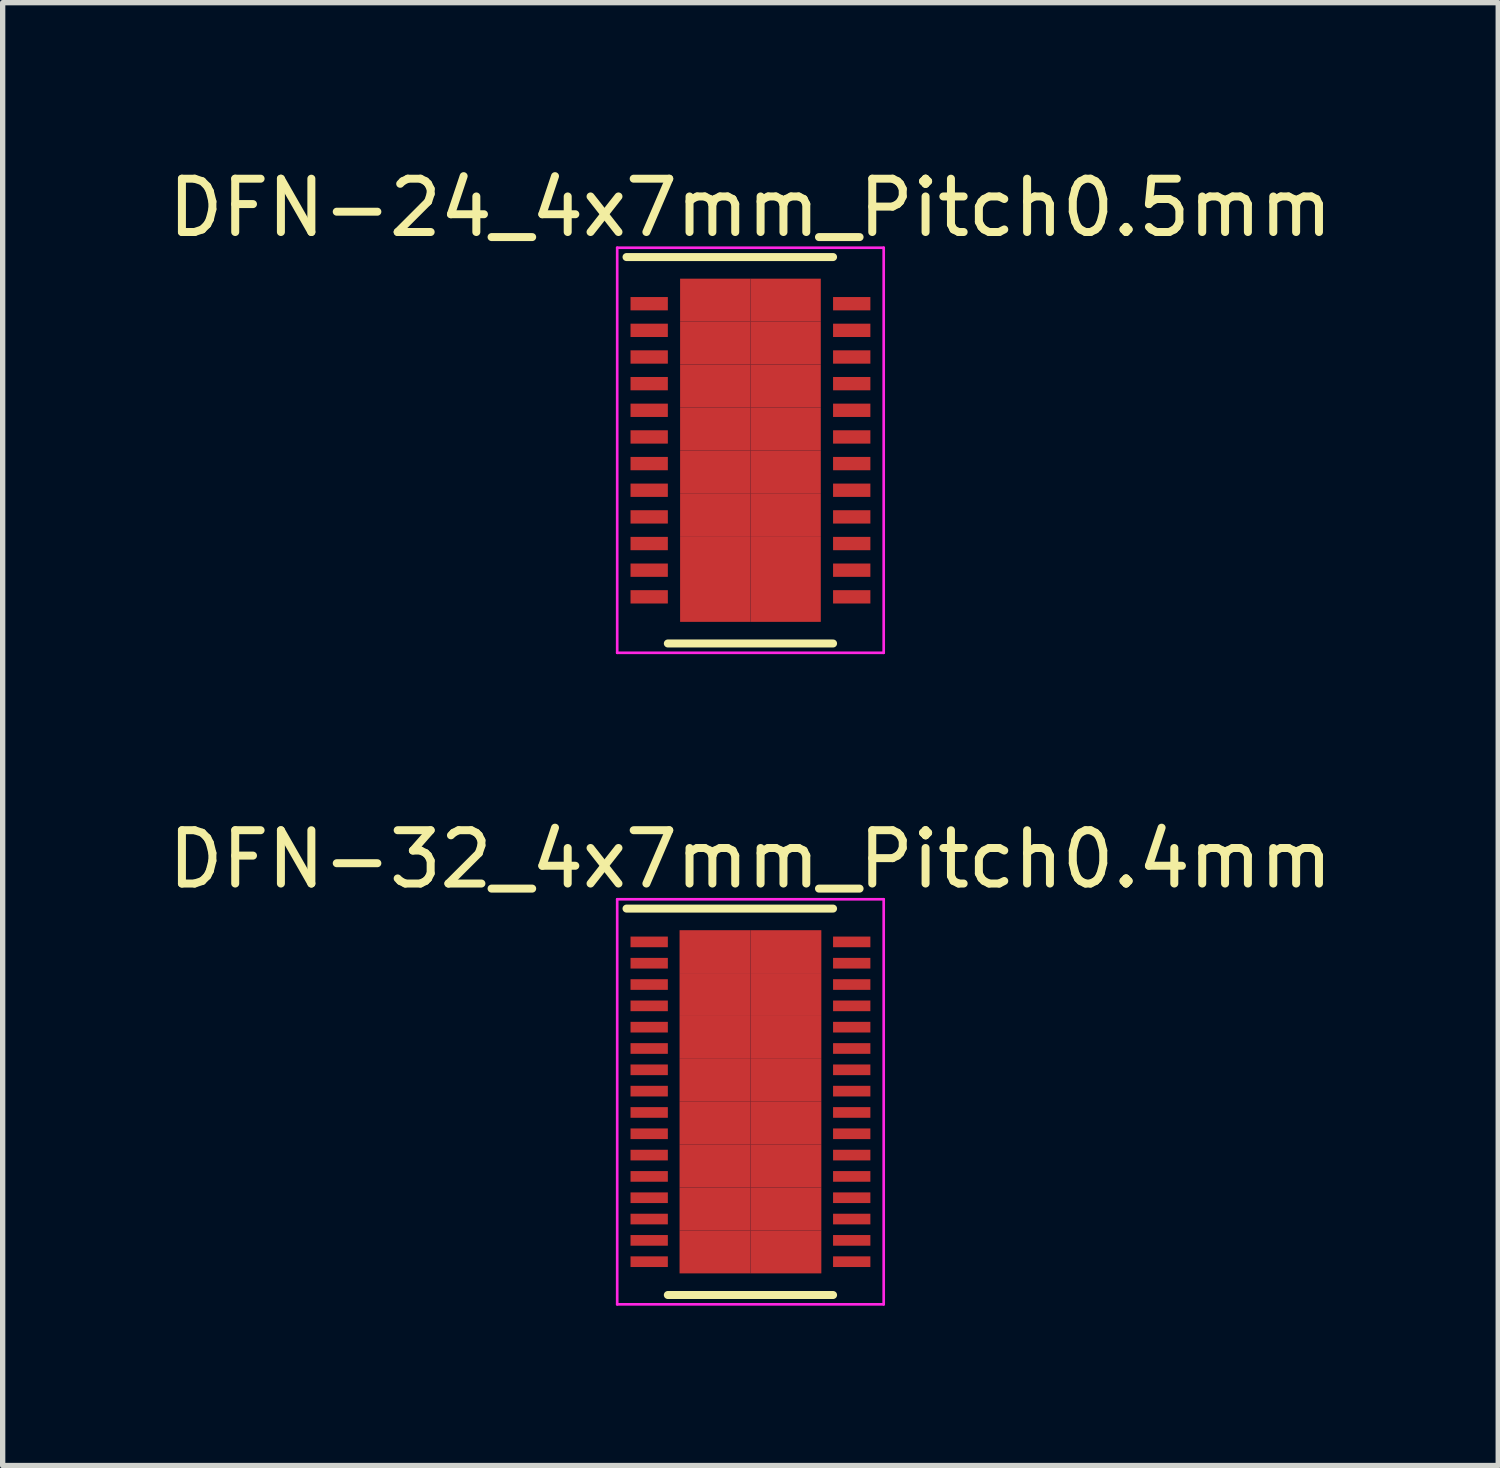
<source format=kicad_pcb>
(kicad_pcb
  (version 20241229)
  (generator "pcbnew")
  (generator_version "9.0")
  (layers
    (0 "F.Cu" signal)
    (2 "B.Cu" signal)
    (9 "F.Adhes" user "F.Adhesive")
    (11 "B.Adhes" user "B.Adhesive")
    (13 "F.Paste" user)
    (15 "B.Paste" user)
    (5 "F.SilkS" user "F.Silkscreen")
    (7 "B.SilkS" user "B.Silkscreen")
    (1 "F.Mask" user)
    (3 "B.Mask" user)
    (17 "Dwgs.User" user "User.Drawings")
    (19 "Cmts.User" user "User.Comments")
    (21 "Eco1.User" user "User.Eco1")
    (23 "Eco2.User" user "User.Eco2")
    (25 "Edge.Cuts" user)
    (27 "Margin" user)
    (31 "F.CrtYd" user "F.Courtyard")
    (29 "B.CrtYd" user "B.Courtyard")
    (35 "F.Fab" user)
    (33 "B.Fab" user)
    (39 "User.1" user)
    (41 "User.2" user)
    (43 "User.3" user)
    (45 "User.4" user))
  (footprint "DFN-24_4x7mm_Pitch0.5mm"
    (layer "F.Cu")
    (at 11.03 5.398)
    (property "Reference" "DFN-24_4x7mm_Pitch0.5mm" (at 0 -4.55 0) (layer "F.SilkS") (effects (font (size 1 1) (thickness 0.15))))
    (attr smd)
    (fp_line (start -2.325 -3.625) (end 1.55 -3.625) (stroke (width 0.15) (type solid)) (layer "F.SilkS"))
    (fp_line (start -1.55 3.625) (end 1.55 3.625) (stroke (width 0.15) (type solid)) (layer "F.SilkS"))
    (fp_line (start -2.5 -3.8) (end -2.5 3.8) (stroke (width 0.05) (type solid)) (layer "F.CrtYd"))
    (fp_line (start -2.5 -3.8) (end 2.5 -3.8) (stroke (width 0.05) (type solid)) (layer "F.CrtYd"))
    (fp_line (start -2.5 3.8) (end 2.5 3.8) (stroke (width 0.05) (type solid)) (layer "F.CrtYd"))
    (fp_line (start 2.5 -3.8) (end 2.5 3.8) (stroke (width 0.05) (type solid)) (layer "F.CrtYd"))
    (pad "1" smd rect (at -1.9 -2.75) (size 0.7 0.25) (layers "F.Cu" "F.Mask" "F.Paste"))
    (pad "2" smd rect (at -1.9 -2.25) (size 0.7 0.25) (layers "F.Cu" "F.Mask" "F.Paste"))
    (pad "3" smd rect (at -1.9 -1.75) (size 0.7 0.25) (layers "F.Cu" "F.Mask" "F.Paste"))
    (pad "4" smd rect (at -1.9 -1.25) (size 0.7 0.25) (layers "F.Cu" "F.Mask" "F.Paste"))
    (pad "5" smd rect (at -1.9 -0.75) (size 0.7 0.25) (layers "F.Cu" "F.Mask" "F.Paste"))
    (pad "6" smd rect (at -1.9 -0.25) (size 0.7 0.25) (layers "F.Cu" "F.Mask" "F.Paste"))
    (pad "7" smd rect (at -1.9 0.25) (size 0.7 0.25) (layers "F.Cu" "F.Mask" "F.Paste"))
    (pad "8" smd rect (at -1.9 0.75) (size 0.7 0.25) (layers "F.Cu" "F.Mask" "F.Paste"))
    (pad "9" smd rect (at -1.9 1.25) (size 0.7 0.25) (layers "F.Cu" "F.Mask" "F.Paste"))
    (pad "10" smd rect (at -1.9 1.75) (size 0.7 0.25) (layers "F.Cu" "F.Mask" "F.Paste"))
    (pad "11" smd rect (at -1.9 2.25) (size 0.7 0.25) (layers "F.Cu" "F.Mask" "F.Paste"))
    (pad "12" smd rect (at -1.9 2.75) (size 0.7 0.25) (layers "F.Cu" "F.Mask" "F.Paste"))
    (pad "13" smd rect (at 1.9 2.75) (size 0.7 0.25) (layers "F.Cu" "F.Mask" "F.Paste"))
    (pad "14" smd rect (at 1.9 2.25) (size 0.7 0.25) (layers "F.Cu" "F.Mask" "F.Paste"))
    (pad "15" smd rect (at 1.9 1.75) (size 0.7 0.25) (layers "F.Cu" "F.Mask" "F.Paste"))
    (pad "16" smd rect (at 1.9 1.25) (size 0.7 0.25) (layers "F.Cu" "F.Mask" "F.Paste"))
    (pad "17" smd rect (at 1.9 0.75) (size 0.7 0.25) (layers "F.Cu" "F.Mask" "F.Paste"))
    (pad "18" smd rect (at 1.9 0.25) (size 0.7 0.25) (layers "F.Cu" "F.Mask" "F.Paste"))
    (pad "19" smd rect (at 1.9 -0.25) (size 0.7 0.25) (layers "F.Cu" "F.Mask" "F.Paste"))
    (pad "20" smd rect (at 1.9 -0.75) (size 0.7 0.25) (layers "F.Cu" "F.Mask" "F.Paste"))
    (pad "21" smd rect (at 1.9 -1.25) (size 0.7 0.25) (layers "F.Cu" "F.Mask" "F.Paste"))
    (pad "22" smd rect (at 1.9 -1.75) (size 0.7 0.25) (layers "F.Cu" "F.Mask" "F.Paste"))
    (pad "23" smd rect (at 1.9 -2.25) (size 0.7 0.25) (layers "F.Cu" "F.Mask" "F.Paste"))
    (pad "24" smd rect (at 1.9 -2.75) (size 0.7 0.25) (layers "F.Cu" "F.Mask" "F.Paste"))
    (pad "25" smd rect (at -0.66 -2.817) (size 1.32 0.805) (layers "F.Cu" "F.Mask" "F.Paste"))
    (pad "25" smd rect (at -0.66 -2.013) (size 1.32 0.805) (layers "F.Cu" "F.Mask" "F.Paste"))
    (pad "25" smd rect (at -0.66 -1.208) (size 1.32 0.805) (layers "F.Cu" "F.Mask" "F.Paste"))
    (pad "25" smd rect (at -0.66 -0.403) (size 1.32 0.805) (layers "F.Cu" "F.Mask" "F.Paste"))
    (pad "25" smd rect (at -0.66 0.403) (size 1.32 0.805) (layers "F.Cu" "F.Mask" "F.Paste"))
    (pad "25" smd rect (at -0.66 1.208) (size 1.32 0.805) (layers "F.Cu" "F.Mask" "F.Paste"))
    (pad "25" smd rect (at -0.66 2.013) (size 1.32 0.805) (layers "F.Cu" "F.Mask" "F.Paste"))
    (pad "25" smd rect (at -0.66 2.817) (size 1.32 0.805) (layers "F.Cu" "F.Mask" "F.Paste"))
    (pad "25" smd rect (at 0.66 -2.817) (size 1.32 0.805) (layers "F.Cu" "F.Mask" "F.Paste"))
    (pad "25" smd rect (at 0.66 -2.013) (size 1.32 0.805) (layers "F.Cu" "F.Mask" "F.Paste"))
    (pad "25" smd rect (at 0.66 -1.208) (size 1.32 0.805) (layers "F.Cu" "F.Mask" "F.Paste"))
    (pad "25" smd rect (at 0.66 -0.403) (size 1.32 0.805) (layers "F.Cu" "F.Mask" "F.Paste"))
    (pad "25" smd rect (at 0.66 0.403) (size 1.32 0.805) (layers "F.Cu" "F.Mask" "F.Paste"))
    (pad "25" smd rect (at 0.66 1.208) (size 1.32 0.805) (layers "F.Cu" "F.Mask" "F.Paste"))
    (pad "25" smd rect (at 0.66 2.013) (size 1.32 0.805) (layers "F.Cu" "F.Mask" "F.Paste"))
    (pad "25" smd rect (at 0.66 2.817) (size 1.32 0.805) (layers "F.Cu" "F.Mask" "F.Paste")))
  (footprint "DFN-32_4x7mm_Pitch0.4mm"
    (layer "F.Cu")
    (at 11.03 17.622)
    (property "Reference" "DFN-32_4x7mm_Pitch0.4mm" (at 0 -4.55 0) (layer "F.SilkS") (effects (font (size 1 1) (thickness 0.15))))
    (attr smd)
    (fp_line (start -2.325 -3.625) (end 1.55 -3.625) (stroke (width 0.15) (type solid)) (layer "F.SilkS"))
    (fp_line (start -1.55 3.625) (end 1.55 3.625) (stroke (width 0.15) (type solid)) (layer "F.SilkS"))
    (fp_line (start -2.5 -3.8) (end -2.5 3.8) (stroke (width 0.05) (type solid)) (layer "F.CrtYd"))
    (fp_line (start -2.5 -3.8) (end 2.5 -3.8) (stroke (width 0.05) (type solid)) (layer "F.CrtYd"))
    (fp_line (start -2.5 3.8) (end 2.5 3.8) (stroke (width 0.05) (type solid)) (layer "F.CrtYd"))
    (fp_line (start 2.5 -3.8) (end 2.5 3.8) (stroke (width 0.05) (type solid)) (layer "F.CrtYd"))
    (pad "1" smd rect (at -1.9 -3) (size 0.7 0.2) (layers "F.Cu" "F.Mask" "F.Paste"))
    (pad "2" smd rect (at -1.9 -2.6) (size 0.7 0.2) (layers "F.Cu" "F.Mask" "F.Paste"))
    (pad "3" smd rect (at -1.9 -2.2) (size 0.7 0.2) (layers "F.Cu" "F.Mask" "F.Paste"))
    (pad "4" smd rect (at -1.9 -1.8) (size 0.7 0.2) (layers "F.Cu" "F.Mask" "F.Paste"))
    (pad "5" smd rect (at -1.9 -1.4) (size 0.7 0.2) (layers "F.Cu" "F.Mask" "F.Paste"))
    (pad "6" smd rect (at -1.9 -1) (size 0.7 0.2) (layers "F.Cu" "F.Mask" "F.Paste"))
    (pad "7" smd rect (at -1.9 -0.6) (size 0.7 0.2) (layers "F.Cu" "F.Mask" "F.Paste"))
    (pad "8" smd rect (at -1.9 -0.2) (size 0.7 0.2) (layers "F.Cu" "F.Mask" "F.Paste"))
    (pad "9" smd rect (at -1.9 0.2) (size 0.7 0.2) (layers "F.Cu" "F.Mask" "F.Paste"))
    (pad "10" smd rect (at -1.9 0.6) (size 0.7 0.2) (layers "F.Cu" "F.Mask" "F.Paste"))
    (pad "11" smd rect (at -1.9 1) (size 0.7 0.2) (layers "F.Cu" "F.Mask" "F.Paste"))
    (pad "12" smd rect (at -1.9 1.4) (size 0.7 0.2) (layers "F.Cu" "F.Mask" "F.Paste"))
    (pad "13" smd rect (at -1.9 1.8) (size 0.7 0.2) (layers "F.Cu" "F.Mask" "F.Paste"))
    (pad "14" smd rect (at -1.9 2.2) (size 0.7 0.2) (layers "F.Cu" "F.Mask" "F.Paste"))
    (pad "15" smd rect (at -1.9 2.6) (size 0.7 0.2) (layers "F.Cu" "F.Mask" "F.Paste"))
    (pad "16" smd rect (at -1.9 3) (size 0.7 0.2) (layers "F.Cu" "F.Mask" "F.Paste"))
    (pad "17" smd rect (at 1.9 3) (size 0.7 0.2) (layers "F.Cu" "F.Mask" "F.Paste"))
    (pad "18" smd rect (at 1.9 2.6) (size 0.7 0.2) (layers "F.Cu" "F.Mask" "F.Paste"))
    (pad "19" smd rect (at 1.9 2.2) (size 0.7 0.2) (layers "F.Cu" "F.Mask" "F.Paste"))
    (pad "20" smd rect (at 1.9 1.8) (size 0.7 0.2) (layers "F.Cu" "F.Mask" "F.Paste"))
    (pad "21" smd rect (at 1.9 1.4) (size 0.7 0.2) (layers "F.Cu" "F.Mask" "F.Paste"))
    (pad "22" smd rect (at 1.9 1) (size 0.7 0.2) (layers "F.Cu" "F.Mask" "F.Paste"))
    (pad "23" smd rect (at 1.9 0.6) (size 0.7 0.2) (layers "F.Cu" "F.Mask" "F.Paste"))
    (pad "24" smd rect (at 1.9 0.2) (size 0.7 0.2) (layers "F.Cu" "F.Mask" "F.Paste"))
    (pad "25" smd rect (at 1.9 -0.2) (size 0.7 0.2) (layers "F.Cu" "F.Mask" "F.Paste"))
    (pad "26" smd rect (at 1.9 -0.6) (size 0.7 0.2) (layers "F.Cu" "F.Mask" "F.Paste"))
    (pad "27" smd rect (at 1.9 -1) (size 0.7 0.2) (layers "F.Cu" "F.Mask" "F.Paste"))
    (pad "28" smd rect (at 1.9 -1.4) (size 0.7 0.2) (layers "F.Cu" "F.Mask" "F.Paste"))
    (pad "29" smd rect (at 1.9 -1.8) (size 0.7 0.2) (layers "F.Cu" "F.Mask" "F.Paste"))
    (pad "30" smd rect (at 1.9 -2.2) (size 0.7 0.2) (layers "F.Cu" "F.Mask" "F.Paste"))
    (pad "31" smd rect (at 1.9 -2.6) (size 0.7 0.2) (layers "F.Cu" "F.Mask" "F.Paste"))
    (pad "32" smd rect (at 1.9 -3) (size 0.7 0.2) (layers "F.Cu" "F.Mask" "F.Paste"))
    (pad "33" smd rect (at -0.665 -2.817) (size 1.33 0.805) (layers "F.Cu" "F.Mask" "F.Paste"))
    (pad "33" smd rect (at -0.665 -2.013) (size 1.33 0.805) (layers "F.Cu" "F.Mask" "F.Paste"))
    (pad "33" smd rect (at -0.665 -1.208) (size 1.33 0.805) (layers "F.Cu" "F.Mask" "F.Paste"))
    (pad "33" smd rect (at -0.665 -0.403) (size 1.33 0.805) (layers "F.Cu" "F.Mask" "F.Paste"))
    (pad "33" smd rect (at -0.665 0.403) (size 1.33 0.805) (layers "F.Cu" "F.Mask" "F.Paste"))
    (pad "33" smd rect (at -0.665 1.208) (size 1.33 0.805) (layers "F.Cu" "F.Mask" "F.Paste"))
    (pad "33" smd rect (at -0.665 2.013) (size 1.33 0.805) (layers "F.Cu" "F.Mask" "F.Paste"))
    (pad "33" smd rect (at -0.665 2.817) (size 1.33 0.805) (layers "F.Cu" "F.Mask" "F.Paste"))
    (pad "33" smd rect (at 0.665 -2.817) (size 1.33 0.805) (layers "F.Cu" "F.Mask" "F.Paste"))
    (pad "33" smd rect (at 0.665 -2.013) (size 1.33 0.805) (layers "F.Cu" "F.Mask" "F.Paste"))
    (pad "33" smd rect (at 0.665 -1.208) (size 1.33 0.805) (layers "F.Cu" "F.Mask" "F.Paste"))
    (pad "33" smd rect (at 0.665 -0.403) (size 1.33 0.805) (layers "F.Cu" "F.Mask" "F.Paste"))
    (pad "33" smd rect (at 0.665 0.403) (size 1.33 0.805) (layers "F.Cu" "F.Mask" "F.Paste"))
    (pad "33" smd rect (at 0.665 1.208) (size 1.33 0.805) (layers "F.Cu" "F.Mask" "F.Paste"))
    (pad "33" smd rect (at 0.665 2.013) (size 1.33 0.805) (layers "F.Cu" "F.Mask" "F.Paste"))
    (pad "33" smd rect (at 0.665 2.817) (size 1.33 0.805) (layers "F.Cu" "F.Mask" "F.Paste")))
  (gr_rect
    (start -3 -3)
    (end 25.06 24.447)
    (stroke (width 0.1) (type default))
    (fill no)
    (layer "Edge.Cuts")))
</source>
